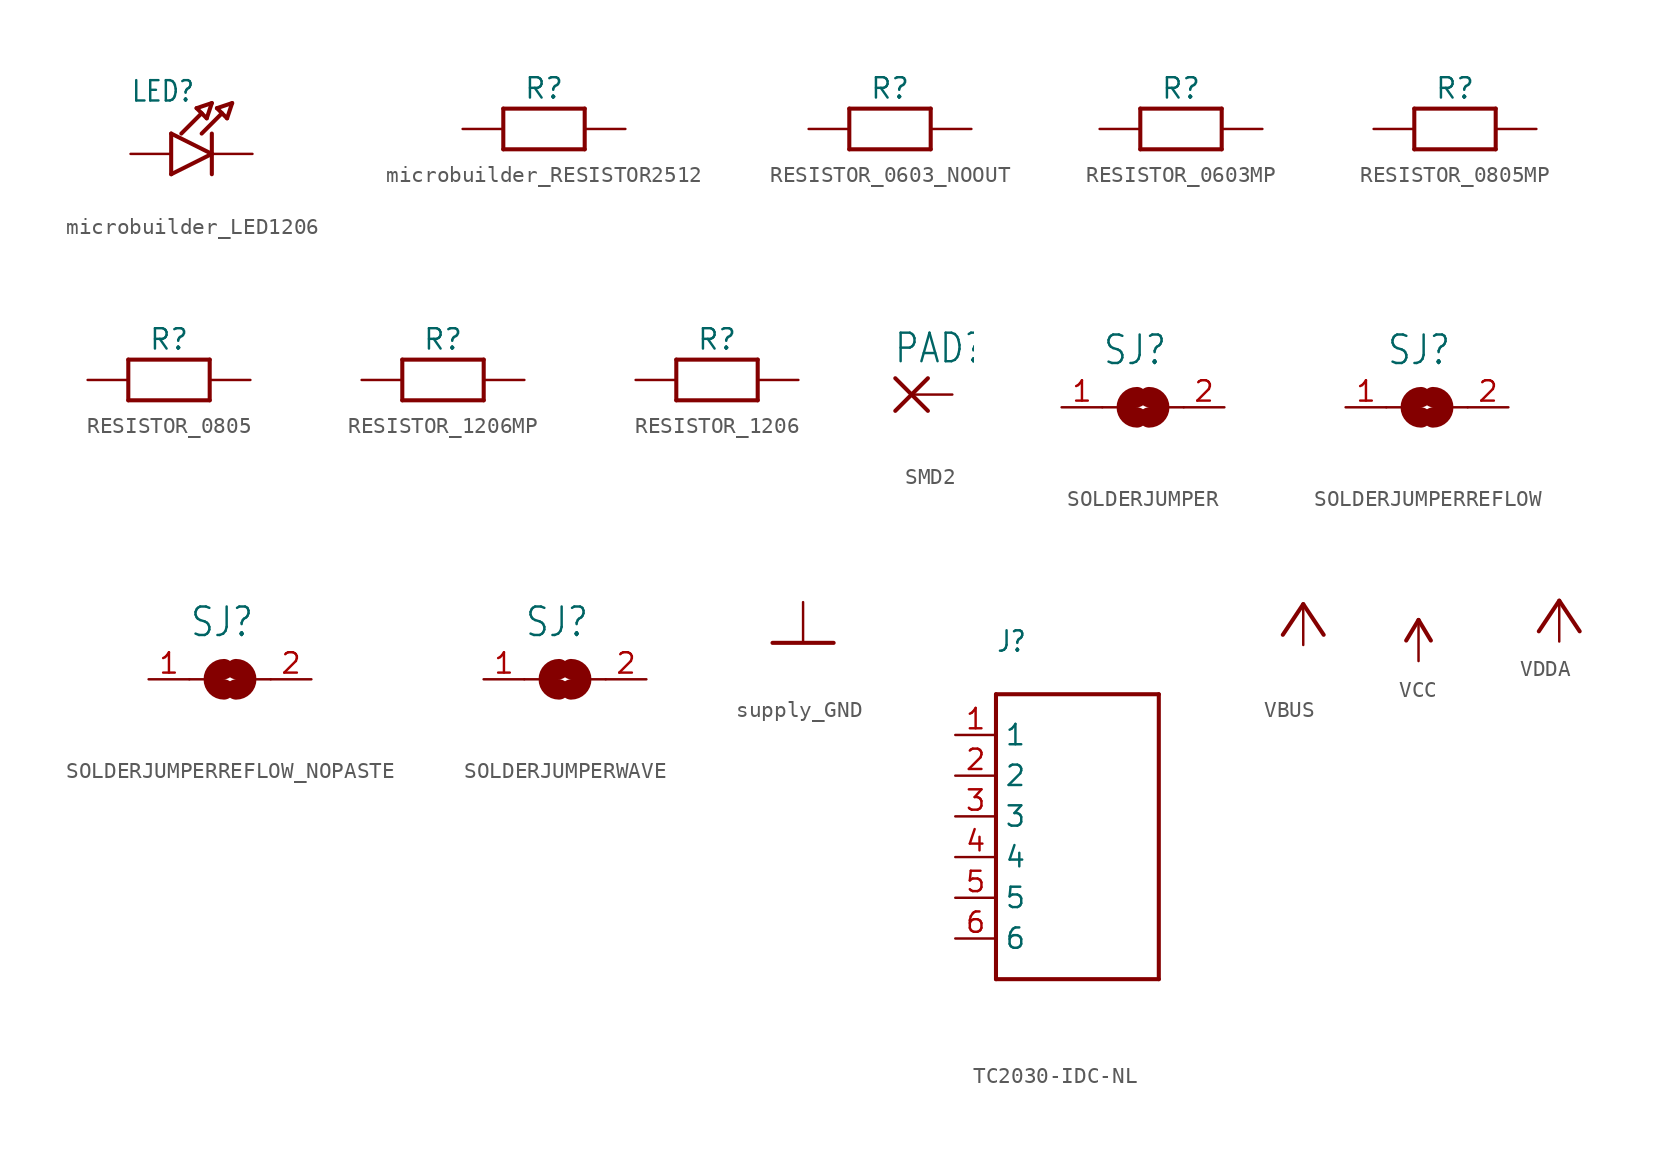
<source format=kicad_sym>
(kicad_symbol_lib
  (version 20231120)
  (generator "kicad_symbol_editor")
  (generator_version "8.0")
  (symbol "microbuilder_LED1206"
    (property "Reference" "LED"
      (at -5.08 3.175 0)
      (effects (font (size 1.27 1.079)) (justify left bottom)))
    (property "Value" ""
      (at -5.08 -2.794 0)
      (effects (font (size 1.27 1.079)) (justify left bottom)))
    (property "ki_locked" ""
      (at 0 0 0)
      (effects (font (size 1.27 1.27))))
    (symbol "microbuilder_LED1206_1_0"
      (polyline (pts (xy -2.54 -1.27) (xy 0 0)) (stroke (width 0.254) (type solid)) (fill (type none)))
      (polyline (pts (xy -2.54 1.27) (xy -2.54 -1.27)) (stroke (width 0.254) (type solid)) (fill (type none)))
      (polyline (pts (xy -1.905 1.27) (xy -0.635 2.54)) (stroke (width 0.254) (type solid)) (fill (type none)))
      (polyline (pts (xy -0.953 2.857) (xy -0.318 2.223)) (stroke (width 0.254) (type solid)) (fill (type none)))
      (polyline (pts (xy -0.635 1.27) (xy 0.635 2.54)) (stroke (width 0.254) (type solid)) (fill (type none)))
      (polyline (pts (xy -0.318 2.223) (xy 0 3.175)) (stroke (width 0.254) (type solid)) (fill (type none)))
      (polyline (pts (xy 0 0) (xy -2.54 1.27)) (stroke (width 0.254) (type solid)) (fill (type none)))
      (polyline (pts (xy 0 0) (xy 0 -1.27)) (stroke (width 0.254) (type solid)) (fill (type none)))
      (polyline (pts (xy 0 1.27) (xy 0 0)) (stroke (width 0.254) (type solid)) (fill (type none)))
      (polyline (pts (xy 0 3.175) (xy -0.953 2.857)) (stroke (width 0.254) (type solid)) (fill (type none)))
      (polyline (pts (xy 0.318 2.857) (xy 0.953 2.223)) (stroke (width 0.254) (type solid)) (fill (type none)))
      (polyline (pts (xy 0.953 2.223) (xy 1.27 3.175)) (stroke (width 0.254) (type solid)) (fill (type none)))
      (polyline (pts (xy 1.27 3.175) (xy 0.318 2.857)) (stroke (width 0.254) (type solid)) (fill (type none)))
      (pin passive line (at -5.08 0 0) (length 2.54) (name "A" (effects (font (size 0 0)))) (number "A" (effects (font (size 0 0)))))
      (pin passive line (at 2.54 0 180) (length 2.54) (name "C" (effects (font (size 0 0)))) (number "C" (effects (font (size 0 0)))))))
  (symbol "microbuilder_RESISTOR2512"
    (property "Reference" "R"
      (at 0 2.54 0)
      (effects (font (size 1.27 1.27))))
    (property "Value" ""
      (at 0 0 0)
      (effects (font (size 1.016 1.016) (bold yes))))
    (property "ki_locked" ""
      (at 0 0 0)
      (effects (font (size 1.27 1.27))))
    (symbol "microbuilder_RESISTOR2512_1_0"
      (polyline (pts (xy -2.54 -1.27) (xy -2.54 1.27)) (stroke (width 0.254) (type solid)) (fill (type none)))
      (polyline (pts (xy -2.54 1.27) (xy 2.54 1.27)) (stroke (width 0.254) (type solid)) (fill (type none)))
      (polyline (pts (xy 2.54 -1.27) (xy -2.54 -1.27)) (stroke (width 0.254) (type solid)) (fill (type none)))
      (polyline (pts (xy 2.54 1.27) (xy 2.54 -1.27)) (stroke (width 0.254) (type solid)) (fill (type none)))
      (pin passive line (at -5.08 0 0) (length 2.54) (name "1" (effects (font (size 0 0)))) (number "1" (effects (font (size 0 0)))))
      (pin passive line (at 5.08 0 180) (length 2.54) (name "2" (effects (font (size 0 0)))) (number "2" (effects (font (size 0 0)))))))
  (symbol "RESISTOR_0603_NOOUT"
    (property "Reference" "R"
      (at 0 2.54 0)
      (effects (font (size 1.27 1.27))))
    (property "Value" ""
      (at 0 0 0)
      (effects (font (size 1.016 1.016) (bold yes))))
    (property "ki_locked" ""
      (at 0 0 0)
      (effects (font (size 1.27 1.27))))
    (symbol "RESISTOR_0603_NOOUT_1_0"
      (polyline (pts (xy -2.54 -1.27) (xy -2.54 1.27)) (stroke (width 0.254) (type solid)) (fill (type none)))
      (polyline (pts (xy -2.54 1.27) (xy 2.54 1.27)) (stroke (width 0.254) (type solid)) (fill (type none)))
      (polyline (pts (xy 2.54 -1.27) (xy -2.54 -1.27)) (stroke (width 0.254) (type solid)) (fill (type none)))
      (polyline (pts (xy 2.54 1.27) (xy 2.54 -1.27)) (stroke (width 0.254) (type solid)) (fill (type none)))
      (pin passive line (at -5.08 0 0) (length 2.54) (name "1" (effects (font (size 0 0)))) (number "1" (effects (font (size 0 0)))))
      (pin passive line (at 5.08 0 180) (length 2.54) (name "2" (effects (font (size 0 0)))) (number "2" (effects (font (size 0 0)))))))
  (symbol "RESISTOR_0603MP"
    (property "Reference" "R"
      (at 0 2.54 0)
      (effects (font (size 1.27 1.27))))
    (property "Value" ""
      (at 0 0 0)
      (effects (font (size 1.016 1.016) (bold yes))))
    (property "ki_locked" ""
      (at 0 0 0)
      (effects (font (size 1.27 1.27))))
    (symbol "RESISTOR_0603MP_1_0"
      (polyline (pts (xy -2.54 -1.27) (xy -2.54 1.27)) (stroke (width 0.254) (type solid)) (fill (type none)))
      (polyline (pts (xy -2.54 1.27) (xy 2.54 1.27)) (stroke (width 0.254) (type solid)) (fill (type none)))
      (polyline (pts (xy 2.54 -1.27) (xy -2.54 -1.27)) (stroke (width 0.254) (type solid)) (fill (type none)))
      (polyline (pts (xy 2.54 1.27) (xy 2.54 -1.27)) (stroke (width 0.254) (type solid)) (fill (type none)))
      (pin passive line (at -5.08 0 0) (length 2.54) (name "1" (effects (font (size 0 0)))) (number "1" (effects (font (size 0 0)))))
      (pin passive line (at 5.08 0 180) (length 2.54) (name "2" (effects (font (size 0 0)))) (number "2" (effects (font (size 0 0)))))))
  (symbol "RESISTOR_0805MP"
    (property "Reference" "R"
      (at 0 2.54 0)
      (effects (font (size 1.27 1.27))))
    (property "Value" ""
      (at 0 0 0)
      (effects (font (size 1.016 1.016) (bold yes))))
    (property "ki_locked" ""
      (at 0 0 0)
      (effects (font (size 1.27 1.27))))
    (symbol "RESISTOR_0805MP_1_0"
      (polyline (pts (xy -2.54 -1.27) (xy -2.54 1.27)) (stroke (width 0.254) (type solid)) (fill (type none)))
      (polyline (pts (xy -2.54 1.27) (xy 2.54 1.27)) (stroke (width 0.254) (type solid)) (fill (type none)))
      (polyline (pts (xy 2.54 -1.27) (xy -2.54 -1.27)) (stroke (width 0.254) (type solid)) (fill (type none)))
      (polyline (pts (xy 2.54 1.27) (xy 2.54 -1.27)) (stroke (width 0.254) (type solid)) (fill (type none)))
      (pin passive line (at -5.08 0 0) (length 2.54) (name "1" (effects (font (size 0 0)))) (number "1" (effects (font (size 0 0)))))
      (pin passive line (at 5.08 0 180) (length 2.54) (name "2" (effects (font (size 0 0)))) (number "2" (effects (font (size 0 0)))))))
  (symbol "RESISTOR_0805"
    (property "Reference" "R"
      (at 0 2.54 0)
      (effects (font (size 1.27 1.27))))
    (property "Value" ""
      (at 0 0 0)
      (effects (font (size 1.016 1.016) (bold yes))))
    (property "ki_locked" ""
      (at 0 0 0)
      (effects (font (size 1.27 1.27))))
    (symbol "RESISTOR_0805_1_0"
      (polyline (pts (xy -2.54 -1.27) (xy -2.54 1.27)) (stroke (width 0.254) (type solid)) (fill (type none)))
      (polyline (pts (xy -2.54 1.27) (xy 2.54 1.27)) (stroke (width 0.254) (type solid)) (fill (type none)))
      (polyline (pts (xy 2.54 -1.27) (xy -2.54 -1.27)) (stroke (width 0.254) (type solid)) (fill (type none)))
      (polyline (pts (xy 2.54 1.27) (xy 2.54 -1.27)) (stroke (width 0.254) (type solid)) (fill (type none)))
      (pin passive line (at -5.08 0 0) (length 2.54) (name "1" (effects (font (size 0 0)))) (number "1" (effects (font (size 0 0)))))
      (pin passive line (at 5.08 0 180) (length 2.54) (name "2" (effects (font (size 0 0)))) (number "2" (effects (font (size 0 0)))))))
  (symbol "RESISTOR_1206MP"
    (property "Reference" "R"
      (at 0 2.54 0)
      (effects (font (size 1.27 1.27))))
    (property "Value" ""
      (at 0 0 0)
      (effects (font (size 1.016 1.016) (bold yes))))
    (property "ki_locked" ""
      (at 0 0 0)
      (effects (font (size 1.27 1.27))))
    (symbol "RESISTOR_1206MP_1_0"
      (polyline (pts (xy -2.54 -1.27) (xy -2.54 1.27)) (stroke (width 0.254) (type solid)) (fill (type none)))
      (polyline (pts (xy -2.54 1.27) (xy 2.54 1.27)) (stroke (width 0.254) (type solid)) (fill (type none)))
      (polyline (pts (xy 2.54 -1.27) (xy -2.54 -1.27)) (stroke (width 0.254) (type solid)) (fill (type none)))
      (polyline (pts (xy 2.54 1.27) (xy 2.54 -1.27)) (stroke (width 0.254) (type solid)) (fill (type none)))
      (pin passive line (at -5.08 0 0) (length 2.54) (name "1" (effects (font (size 0 0)))) (number "1" (effects (font (size 0 0)))))
      (pin passive line (at 5.08 0 180) (length 2.54) (name "2" (effects (font (size 0 0)))) (number "2" (effects (font (size 0 0)))))))
  (symbol "RESISTOR_1206"
    (property "Reference" "R"
      (at 0 2.54 0)
      (effects (font (size 1.27 1.27))))
    (property "Value" ""
      (at 0 0 0)
      (effects (font (size 1.016 1.016) (bold yes))))
    (property "ki_locked" ""
      (at 0 0 0)
      (effects (font (size 1.27 1.27))))
    (symbol "RESISTOR_1206_1_0"
      (polyline (pts (xy -2.54 -1.27) (xy -2.54 1.27)) (stroke (width 0.254) (type solid)) (fill (type none)))
      (polyline (pts (xy -2.54 1.27) (xy 2.54 1.27)) (stroke (width 0.254) (type solid)) (fill (type none)))
      (polyline (pts (xy 2.54 -1.27) (xy -2.54 -1.27)) (stroke (width 0.254) (type solid)) (fill (type none)))
      (polyline (pts (xy 2.54 1.27) (xy 2.54 -1.27)) (stroke (width 0.254) (type solid)) (fill (type none)))
      (pin passive line (at -5.08 0 0) (length 2.54) (name "1" (effects (font (size 0 0)))) (number "1" (effects (font (size 0 0)))))
      (pin passive line (at 5.08 0 180) (length 2.54) (name "2" (effects (font (size 0 0)))) (number "2" (effects (font (size 0 0)))))))
  (symbol "SMD2"
    (property "Reference" "PAD"
      (at -1.143 1.854 0)
      (effects (font (size 1.778 1.511)) (justify left bottom)))
    (property "Value" ""
      (at -1.143 -3.302 0)
      (effects (font (size 1.778 1.511)) (justify left bottom)))
    (property "ki_locked" ""
      (at 0 0 0)
      (effects (font (size 1.27 1.27))))
    (symbol "SMD2_1_0"
      (polyline (pts (xy -1.016 -1.016) (xy 1.016 1.016)) (stroke (width 0.254) (type solid)) (fill (type none)))
      (polyline (pts (xy -1.016 1.016) (xy 1.016 -1.016)) (stroke (width 0.254) (type solid)) (fill (type none)))
      (pin passive line (at 2.54 0 180) (length 2.54) (name "P" (effects (font (size 0 0)))) (number "1" (effects (font (size 0 0)))))))
  (symbol "SOLDERJUMPER"
    (property "Reference" "SJ"
      (at -2.54 2.54 0)
      (effects (font (size 1.778 1.511)) (justify left bottom)))
    (property "Value" ""
      (at -2.54 -3.81 0)
      (effects (font (size 1.778 1.511)) (justify left bottom)))
    (property "ki_locked" ""
      (at 0 0 0)
      (effects (font (size 1.27 1.27))))
    (symbol "SOLDERJUMPER_1_0"
      (arc (start -0.3808 0.635) (mid -1.0159 0.0001) (end -0.381 -0.635) (stroke (width 1.27) (type solid)) (fill (type none)))
      (polyline (pts (xy -2.54 0) (xy -1.651 0)) (stroke (width 0.152) (type solid)) (fill (type none)))
      (polyline (pts (xy 2.54 0) (xy 1.651 0)) (stroke (width 0.152) (type solid)) (fill (type none)))
      (arc (start 0.3808 -0.635) (mid 1.0159 -0.0001) (end 0.381 0.635) (stroke (width 1.27) (type solid)) (fill (type none)))
      (pin passive line (at -5.08 0 0) (length 2.54) (name "1" (effects (font (size 0 0)))) (number "1" (effects (font (size 1.27 1.27)))))
      (pin passive line (at 5.08 0 180) (length 2.54) (name "2" (effects (font (size 0 0)))) (number "2" (effects (font (size 1.27 1.27)))))))
  (symbol "SOLDERJUMPERREFLOW"
    (property "Reference" "SJ"
      (at -2.54 2.54 0)
      (effects (font (size 1.778 1.511)) (justify left bottom)))
    (property "Value" ""
      (at -2.54 -3.81 0)
      (effects (font (size 1.778 1.511)) (justify left bottom)))
    (property "ki_locked" ""
      (at 0 0 0)
      (effects (font (size 1.27 1.27))))
    (symbol "SOLDERJUMPERREFLOW_1_0"
      (arc (start -0.3808 0.635) (mid -1.0159 0.0001) (end -0.381 -0.635) (stroke (width 1.27) (type solid)) (fill (type none)))
      (polyline (pts (xy -2.54 0) (xy -1.651 0)) (stroke (width 0.152) (type solid)) (fill (type none)))
      (polyline (pts (xy 2.54 0) (xy 1.651 0)) (stroke (width 0.152) (type solid)) (fill (type none)))
      (arc (start 0.3808 -0.635) (mid 1.0159 -0.0001) (end 0.381 0.635) (stroke (width 1.27) (type solid)) (fill (type none)))
      (pin passive line (at -5.08 0 0) (length 2.54) (name "1" (effects (font (size 0 0)))) (number "1" (effects (font (size 1.27 1.27)))))
      (pin passive line (at 5.08 0 180) (length 2.54) (name "2" (effects (font (size 0 0)))) (number "2" (effects (font (size 1.27 1.27)))))))
  (symbol "SOLDERJUMPERREFLOW_NOPASTE"
    (property "Reference" "SJ"
      (at -2.54 2.54 0)
      (effects (font (size 1.778 1.511)) (justify left bottom)))
    (property "Value" ""
      (at -2.54 -3.81 0)
      (effects (font (size 1.778 1.511)) (justify left bottom)))
    (property "ki_locked" ""
      (at 0 0 0)
      (effects (font (size 1.27 1.27))))
    (symbol "SOLDERJUMPERREFLOW_NOPASTE_1_0"
      (arc (start -0.3808 0.635) (mid -1.0159 0.0001) (end -0.381 -0.635) (stroke (width 1.27) (type solid)) (fill (type none)))
      (polyline (pts (xy -2.54 0) (xy -1.651 0)) (stroke (width 0.152) (type solid)) (fill (type none)))
      (polyline (pts (xy 2.54 0) (xy 1.651 0)) (stroke (width 0.152) (type solid)) (fill (type none)))
      (arc (start 0.3808 -0.635) (mid 1.0159 -0.0001) (end 0.381 0.635) (stroke (width 1.27) (type solid)) (fill (type none)))
      (pin passive line (at -5.08 0 0) (length 2.54) (name "1" (effects (font (size 0 0)))) (number "1" (effects (font (size 1.27 1.27)))))
      (pin passive line (at 5.08 0 180) (length 2.54) (name "2" (effects (font (size 0 0)))) (number "2" (effects (font (size 1.27 1.27)))))))
  (symbol "SOLDERJUMPERWAVE"
    (property "Reference" "SJ"
      (at -2.54 2.54 0)
      (effects (font (size 1.778 1.511)) (justify left bottom)))
    (property "Value" ""
      (at -2.54 -3.81 0)
      (effects (font (size 1.778 1.511)) (justify left bottom)))
    (property "ki_locked" ""
      (at 0 0 0)
      (effects (font (size 1.27 1.27))))
    (symbol "SOLDERJUMPERWAVE_1_0"
      (arc (start -0.3808 0.635) (mid -1.0159 0.0001) (end -0.381 -0.635) (stroke (width 1.27) (type solid)) (fill (type none)))
      (polyline (pts (xy -2.54 0) (xy -1.651 0)) (stroke (width 0.152) (type solid)) (fill (type none)))
      (polyline (pts (xy 2.54 0) (xy 1.651 0)) (stroke (width 0.152) (type solid)) (fill (type none)))
      (arc (start 0.3808 -0.635) (mid 1.0159 -0.0001) (end 0.381 0.635) (stroke (width 1.27) (type solid)) (fill (type none)))
      (pin passive line (at -5.08 0 0) (length 2.54) (name "1" (effects (font (size 0 0)))) (number "1" (effects (font (size 1.27 1.27)))))
      (pin passive line (at 5.08 0 180) (length 2.54) (name "2" (effects (font (size 0 0)))) (number "2" (effects (font (size 1.27 1.27)))))))
  (symbol "supply_GND"
    (power)
    (property "Reference" "#GND"
      (at 0 0 0)
      (effects (font (size 1.27 1.27)) (hide yes)))
    (property "Value" ""
      (at -2.54 -2.54 0)
      (effects (font (size 1.778 1.511)) (justify left bottom)))
    (property "ki_locked" ""
      (at 0 0 0)
      (effects (font (size 1.27 1.27))))
    (symbol "supply_GND_1_0"
      (polyline (pts (xy -1.905 0) (xy 1.905 0)) (stroke (width 0.254) (type solid)) (fill (type none)))
      (pin power_in line (at 0 2.54 270) (length 2.54) (name "GND" (effects (font (size 0 0)))) (number "1" (effects (font (size 0 0)))))))
  (symbol "TC2030-IDC-NL"
    (property "Reference" "J"
      (at -5.086 12.716 0)
      (effects (font (size 1.272 1.081)) (justify left bottom)))
    (property "Value" ""
      (at -5.08 -10.16 0)
      (effects (font (size 1.27 1.079)) (justify left bottom)))
    (property "ki_locked" ""
      (at 0 0 0)
      (effects (font (size 1.27 1.27))))
    (symbol "TC2030-IDC-NL_1_0"
      (polyline (pts (xy -5.08 -7.62) (xy 5.08 -7.62)) (stroke (width 0.254) (type solid)) (fill (type none)))
      (polyline (pts (xy -5.08 10.16) (xy -5.08 -7.62)) (stroke (width 0.254) (type solid)) (fill (type none)))
      (polyline (pts (xy 5.08 -7.62) (xy 5.08 10.16)) (stroke (width 0.254) (type solid)) (fill (type none)))
      (polyline (pts (xy 5.08 10.16) (xy -5.08 10.16)) (stroke (width 0.254) (type solid)) (fill (type none)))
      (pin passive line (at -7.62 7.62 0) (length 2.54) (name "1" (effects (font (size 1.27 1.27)))) (number "1" (effects (font (size 1.27 1.27)))))
      (pin passive line (at -7.62 5.08 0) (length 2.54) (name "2" (effects (font (size 1.27 1.27)))) (number "2" (effects (font (size 1.27 1.27)))))
      (pin passive line (at -7.62 2.54 0) (length 2.54) (name "3" (effects (font (size 1.27 1.27)))) (number "3" (effects (font (size 1.27 1.27)))))
      (pin passive line (at -7.62 0 0) (length 2.54) (name "4" (effects (font (size 1.27 1.27)))) (number "4" (effects (font (size 1.27 1.27)))))
      (pin passive line (at -7.62 -2.54 0) (length 2.54) (name "5" (effects (font (size 1.27 1.27)))) (number "5" (effects (font (size 1.27 1.27)))))
      (pin passive line (at -7.62 -5.08 0) (length 2.54) (name "6" (effects (font (size 1.27 1.27)))) (number "6" (effects (font (size 1.27 1.27)))))))
  (symbol "VBUS"
    (power)
    (property "Reference" "#VBUS"
      (at 0 0 0)
      (effects (font (size 1.27 1.27)) (hide yes)))
    (property "Value" ""
      (at -2.54 -2.54 90)
      (effects (font (size 1.778 1.511)) (justify left bottom)))
    (property "ki_locked" ""
      (at 0 0 0)
      (effects (font (size 1.27 1.27))))
    (symbol "VBUS_1_0"
      (polyline (pts (xy 0 2.54) (xy -1.27 0.635)) (stroke (width 0.254) (type solid)) (fill (type none)))
      (polyline (pts (xy 1.27 0.635) (xy 0 2.54)) (stroke (width 0.254) (type solid)) (fill (type none)))
      (pin power_in line (at 0 0 90) (length 2.54) (name "VBUS" (effects (font (size 0 0)))) (number "1" (effects (font (size 0 0)))))))
  (symbol "VCC"
    (power)
    (property "Reference" "#P+"
      (at 0 0 0)
      (effects (font (size 1.27 1.27)) (hide yes)))
    (property "Value" ""
      (at -1.016 3.556 0)
      (effects (font (size 1.778 1.511)) (justify left bottom)))
    (property "ki_locked" ""
      (at 0 0 0)
      (effects (font (size 1.27 1.27))))
    (symbol "VCC_1_0"
      (polyline (pts (xy 0 2.54) (xy -0.762 1.27)) (stroke (width 0.254) (type solid)) (fill (type none)))
      (polyline (pts (xy 0.762 1.27) (xy 0 2.54)) (stroke (width 0.254) (type solid)) (fill (type none)))
      (pin power_in line (at 0 0 90) (length 2.54) (name "VCC" (effects (font (size 0 0)))) (number "1" (effects (font (size 0 0)))))))
  (symbol "VDDA"
    (power)
    (property "Reference" "#VDDA"
      (at 0 0 0)
      (effects (font (size 1.27 1.27)) (hide yes)))
    (property "Value" ""
      (at -2.54 0 90)
      (effects (font (size 1.778 1.511)) (justify left bottom)))
    (property "ki_locked" ""
      (at 0 0 0)
      (effects (font (size 1.27 1.27))))
    (symbol "VDDA_1_0"
      (polyline (pts (xy 0 2.54) (xy -1.27 0.635)) (stroke (width 0.254) (type solid)) (fill (type none)))
      (polyline (pts (xy 1.27 0.635) (xy 0 2.54)) (stroke (width 0.254) (type solid)) (fill (type none)))
      (pin power_in line (at 0 0 90) (length 2.54) (name "VDDA" (effects (font (size 0 0)))) (number "1" (effects (font (size 0 0))))))))
</source>
